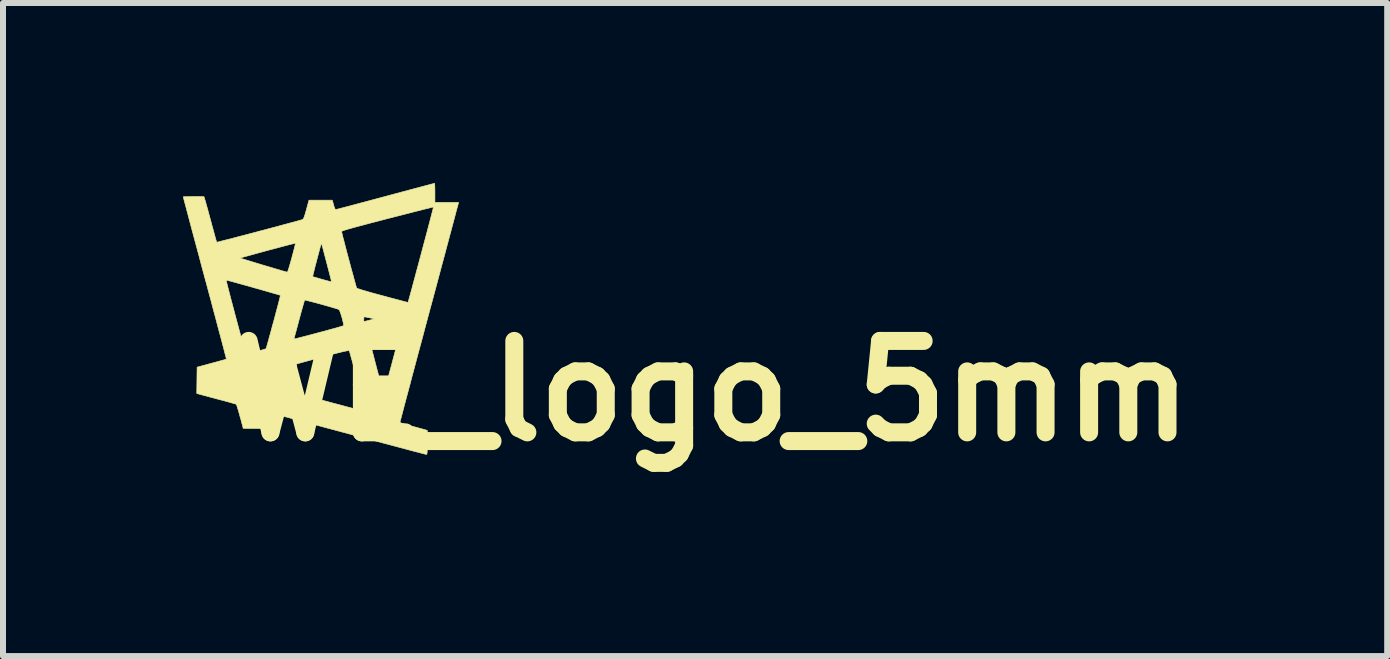
<source format=kicad_pcb>
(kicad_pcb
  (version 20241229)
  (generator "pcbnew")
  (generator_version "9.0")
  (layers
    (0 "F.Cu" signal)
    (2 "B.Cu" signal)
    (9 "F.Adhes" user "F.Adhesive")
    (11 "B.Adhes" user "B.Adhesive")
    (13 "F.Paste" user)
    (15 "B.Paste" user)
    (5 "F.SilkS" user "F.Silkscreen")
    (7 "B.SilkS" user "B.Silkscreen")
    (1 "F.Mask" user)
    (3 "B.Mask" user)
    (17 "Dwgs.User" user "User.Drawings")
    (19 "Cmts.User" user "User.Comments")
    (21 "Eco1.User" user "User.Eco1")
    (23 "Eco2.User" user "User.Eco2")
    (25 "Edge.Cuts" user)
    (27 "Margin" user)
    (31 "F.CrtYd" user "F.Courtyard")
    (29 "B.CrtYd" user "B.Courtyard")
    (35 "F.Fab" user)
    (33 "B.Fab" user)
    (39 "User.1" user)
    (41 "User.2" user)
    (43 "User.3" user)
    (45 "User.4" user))
  (footprint "WE_logo_5mm"
    (layer "F.Cu")
    (at 2.473 2.196)
    (property "Reference" "WE_logo_5mm" (at 6.35 1.27 0) (layer "F.SilkS") (effects (font (size 1.524 1.524) (thickness 0.3))))
    (attr through_hole)
    (fp_poly (pts (xy 1.721 -2.181) (xy 1.723 -2.153) (xy 1.724 -2.112) (xy 1.725 -2.06) (xy 1.725 -2.032) (xy 1.725 -1.873) (xy 2.119 -1.873) (xy 2.112 -1.844) (xy 2.109 -1.831) (xy 2.1 -1.798) (xy 2.086 -1.748) (xy 2.068 -1.679) (xy 2.046 -1.595) (xy 2.019 -1.495) (xy 1.989 -1.382) (xy 1.955 -1.255) (xy 1.918 -1.116) (xy 1.878 -0.966) (xy 1.835 -0.807) (xy 1.79 -0.638) (xy 1.743 -0.462) (xy 1.694 -0.279) (xy 1.643 -0.091) (xy 1.624 -0.019) (xy 1.573 0.171) (xy 1.524 0.356) (xy 1.476 0.534) (xy 1.43 0.705) (xy 1.387 0.867) (xy 1.346 1.02) (xy 1.309 1.162) (xy 1.274 1.292) (xy 1.243 1.409) (xy 1.215 1.513) (xy 1.192 1.602) (xy 1.173 1.675) (xy 1.158 1.731) (xy 1.148 1.769) (xy 1.143 1.789) (xy 1.143 1.791) (xy 1.153 1.799) (xy 1.184 1.811) (xy 1.233 1.827) (xy 1.3 1.846) (xy 1.32 1.851) (xy 1.383 1.867) (xy 1.442 1.883) (xy 1.493 1.897) (xy 1.531 1.907) (xy 1.548 1.912) (xy 1.598 1.927) (xy 1.598 2.128) (xy 1.598 2.198) (xy 1.597 2.249) (xy 1.596 2.285) (xy 1.594 2.308) (xy 1.59 2.321) (xy 1.586 2.326) (xy 1.58 2.327) (xy 1.567 2.324) (xy 1.536 2.316) (xy 1.486 2.303) (xy 1.42 2.286) (xy 1.339 2.265) (xy 1.243 2.239) (xy 1.135 2.21) (xy 1.015 2.178) (xy 0.885 2.144) (xy 0.746 2.106) (xy 0.599 2.067) (xy 0.445 2.026) (xy 0.328 1.994) (xy 0.171 1.952) (xy 0.019 1.911) (xy -0.127 1.872) (xy -0.264 1.835) (xy -0.392 1.801) (xy -0.509 1.769) (xy -0.615 1.741) (xy -0.707 1.716) (xy -0.785 1.695) (xy -0.847 1.678) (xy -0.893 1.666) (xy -0.92 1.659) (xy -0.928 1.657) (xy -0.939 1.656) (xy -0.948 1.662) (xy -0.956 1.68) (xy -0.966 1.712) (xy -0.973 1.738) (xy -0.985 1.784) (xy -0.997 1.825) (xy -1.005 1.855) (xy -1.007 1.86) (xy -1.018 1.894) (xy -1.244 1.894) (xy -1.311 1.894) (xy -1.37 1.894) (xy -1.418 1.893) (xy -1.452 1.893) (xy -1.47 1.892) (xy -1.471 1.892) (xy -1.474 1.877) (xy -1.481 1.847) (xy -1.493 1.805) (xy -1.506 1.754) (xy -1.522 1.7) (xy -1.537 1.644) (xy -1.552 1.592) (xy -1.566 1.548) (xy -1.576 1.514) (xy -1.583 1.495) (xy -1.584 1.493) (xy -1.596 1.488) (xy -1.626 1.479) (xy -1.671 1.466) (xy -1.728 1.45) (xy -1.794 1.432) (xy -1.863 1.414) (xy -1.938 1.394) (xy -2.01 1.375) (xy -2.075 1.357) (xy -2.129 1.343) (xy -2.169 1.332) (xy -2.188 1.327) (xy -2.244 1.311) (xy -2.243 1.232) (xy -0.815 1.232) (xy -0.805 1.24) (xy -0.775 1.251) (xy -0.728 1.267) (xy -0.664 1.286) (xy -0.59 1.306) (xy -0.404 1.356) (xy -0.238 1.401) (xy -0.09 1.44) (xy 0.04 1.475) (xy 0.153 1.505) (xy 0.25 1.531) (xy 0.333 1.553) (xy 0.401 1.572) (xy 0.457 1.586) (xy 0.5 1.597) (xy 0.532 1.606) (xy 0.553 1.611) (xy 0.565 1.614) (xy 0.569 1.614) (xy 0.567 1.604) (xy 0.56 1.575) (xy 0.548 1.53) (xy 0.533 1.47) (xy 0.514 1.397) (xy 0.492 1.314) (xy 0.468 1.223) (xy 0.442 1.125) (xy 0.439 1.115) (xy 0.413 1.016) (xy 0.388 0.923) (xy 0.364 0.837) (xy 0.344 0.762) (xy 0.326 0.699) (xy 0.313 0.65) (xy 0.303 0.617) (xy 0.299 0.603) (xy 0.299 0.602) (xy 0.295 0.599) (xy 0.286 0.598) (xy 0.27 0.599) (xy 0.246 0.603) (xy 0.211 0.611) (xy 0.165 0.621) (xy 0.106 0.636) (xy 0.031 0.655) (xy -0.06 0.679) (xy -0.169 0.708) (xy -0.208 0.719) (xy -0.307 0.745) (xy -0.4 0.77) (xy -0.485 0.793) (xy -0.559 0.814) (xy -0.621 0.831) (xy -0.669 0.845) (xy -0.7 0.854) (xy -0.714 0.858) (xy -0.714 0.859) (xy -0.719 0.87) (xy -0.727 0.899) (xy -0.739 0.939) (xy -0.753 0.989) (xy -0.768 1.042) (xy -0.782 1.096) (xy -0.795 1.146) (xy -0.805 1.188) (xy -0.812 1.218) (xy -0.815 1.232) (xy -2.243 1.232) (xy -2.241 1.092) (xy -2.24 1.001) (xy -1.311 1.001) (xy -1.311 1.012) (xy -1.306 1.039) (xy -1.297 1.074) (xy -1.296 1.079) (xy -1.284 1.119) (xy -1.273 1.143) (xy -1.259 1.156) (xy -1.238 1.163) (xy -1.237 1.163) (xy -1.232 1.154) (xy -1.222 1.129) (xy -1.21 1.092) (xy -1.203 1.067) (xy -1.191 1.025) (xy -1.183 0.991) (xy -1.179 0.97) (xy -1.179 0.966) (xy -1.19 0.967) (xy -1.215 0.972) (xy -1.246 0.98) (xy -1.277 0.989) (xy -1.301 0.996) (xy -1.311 1.001) (xy -2.24 1.001) (xy -2.238 0.873) (xy -1.996 0.807) (xy -1.928 0.789) (xy -1.867 0.772) (xy -1.816 0.758) (xy -1.778 0.747) (xy -1.755 0.74) (xy -1.751 0.738) (xy -1.753 0.728) (xy -1.76 0.698) (xy -1.773 0.65) (xy -1.789 0.586) (xy -1.81 0.506) (xy -1.835 0.411) (xy -1.864 0.303) (xy -1.896 0.184) (xy -1.93 0.053) (xy -1.968 -0.087) (xy -2.007 -0.236) (xy -2.049 -0.391) (xy -2.092 -0.553) (xy -2.099 -0.578) (xy -1.753 -0.578) (xy -1.752 -0.568) (xy -1.745 -0.538) (xy -1.734 -0.492) (xy -1.718 -0.431) (xy -1.699 -0.357) (xy -1.677 -0.272) (xy -1.652 -0.178) (xy -1.625 -0.077) (xy -1.609 -0.014) (xy -1.573 0.119) (xy -1.542 0.234) (xy -1.516 0.331) (xy -1.495 0.411) (xy -1.477 0.478) (xy -1.462 0.531) (xy -1.45 0.572) (xy -1.442 0.603) (xy -1.435 0.625) (xy -1.43 0.64) (xy -1.426 0.65) (xy -1.423 0.654) (xy -1.421 0.656) (xy -1.419 0.656) (xy -1.418 0.656) (xy -1.405 0.654) (xy -1.375 0.646) (xy -1.333 0.635) (xy -1.281 0.622) (xy -1.253 0.614) (xy -1.198 0.599) (xy -1.151 0.585) (xy -1.115 0.574) (xy -1.093 0.566) (xy -1.089 0.564) (xy -1.085 0.553) (xy -1.077 0.524) (xy -1.064 0.479) (xy -1.062 0.471) (xy 0.648 0.471) (xy 0.65 0.481) (xy 0.657 0.509) (xy 0.667 0.553) (xy 0.682 0.609) (xy 0.699 0.674) (xy 0.718 0.748) (xy 0.738 0.825) (xy 0.759 0.905) (xy 0.78 0.985) (xy 0.8 1.061) (xy 0.819 1.131) (xy 0.836 1.193) (xy 0.85 1.244) (xy 0.86 1.281) (xy 0.865 1.296) (xy 0.866 1.303) (xy 0.867 1.308) (xy 0.869 1.311) (xy 0.871 1.31) (xy 0.874 1.304) (xy 0.878 1.291) (xy 0.885 1.268) (xy 0.894 1.236) (xy 0.906 1.191) (xy 0.922 1.133) (xy 0.942 1.06) (xy 0.966 0.97) (xy 0.995 0.862) (xy 1.005 0.826) (xy 1.03 0.73) (xy 1.054 0.64) (xy 1.075 0.559) (xy 1.093 0.488) (xy 1.108 0.43) (xy 1.119 0.386) (xy 1.125 0.359) (xy 1.126 0.35) (xy 1.116 0.352) (xy 1.088 0.358) (xy 1.047 0.367) (xy 0.996 0.38) (xy 0.938 0.394) (xy 0.877 0.409) (xy 0.817 0.424) (xy 0.761 0.439) (xy 0.713 0.451) (xy 0.676 0.462) (xy 0.653 0.468) (xy 0.648 0.471) (xy -1.062 0.471) (xy -1.048 0.423) (xy -1.039 0.388) (xy -0.621 0.388) (xy -0.619 0.401) (xy -0.614 0.402) (xy -0.602 0.4) (xy -0.571 0.392) (xy -0.524 0.38) (xy -0.464 0.364) (xy -0.393 0.346) (xy -0.312 0.324) (xy -0.225 0.301) (xy -0.203 0.295) (xy -0.115 0.272) (xy -0.033 0.249) (xy 0.041 0.229) (xy 0.103 0.212) (xy 0.152 0.197) (xy 0.186 0.187) (xy 0.202 0.182) (xy 0.203 0.181) (xy 0.204 0.168) (xy 0.199 0.14) (xy 0.19 0.101) (xy 0.183 0.073) (xy 0.54 0.073) (xy 0.54 0.114) (xy 0.622 0.093) (xy 0.66 0.083) (xy 0.69 0.075) (xy 0.706 0.069) (xy 0.707 0.069) (xy 0.7 0.065) (xy 0.677 0.059) (xy 0.649 0.053) (xy 0.611 0.046) (xy 0.578 0.039) (xy 0.564 0.036) (xy 0.548 0.035) (xy 0.541 0.045) (xy 0.54 0.069) (xy 0.54 0.073) (xy 0.183 0.073) (xy 0.179 0.057) (xy 0.165 0.011) (xy 0.152 -0.03) (xy 0.139 -0.064) (xy 0.129 -0.084) (xy 0.126 -0.087) (xy 0.111 -0.093) (xy 0.079 -0.104) (xy 0.033 -0.117) (xy -0.022 -0.134) (xy -0.084 -0.151) (xy -0.15 -0.17) (xy -0.216 -0.188) (xy -0.28 -0.205) (xy -0.337 -0.22) (xy -0.386 -0.232) (xy -0.422 -0.241) (xy -0.442 -0.245) (xy -0.446 -0.245) (xy -0.45 -0.233) (xy -0.459 -0.204) (xy -0.472 -0.159) (xy -0.488 -0.102) (xy -0.507 -0.034) (xy -0.527 0.041) (xy -0.535 0.068) (xy -0.555 0.146) (xy -0.574 0.217) (xy -0.591 0.28) (xy -0.605 0.33) (xy -0.615 0.367) (xy -0.621 0.386) (xy -0.621 0.388) (xy -1.039 0.388) (xy -1.03 0.356) (xy -1.009 0.281) (xy -0.988 0.201) (xy -0.965 0.119) (xy -0.943 0.037) (xy -0.922 -0.042) (xy -0.902 -0.117) (xy -0.884 -0.184) (xy -0.87 -0.24) (xy -0.859 -0.284) (xy -0.852 -0.313) (xy -0.85 -0.323) (xy -0.85 -0.323) (xy -0.861 -0.328) (xy -0.89 -0.337) (xy -0.935 -0.35) (xy -0.992 -0.366) (xy -1.059 -0.386) (xy -1.134 -0.407) (xy -1.214 -0.43) (xy -1.297 -0.453) (xy -1.38 -0.477) (xy -1.46 -0.499) (xy -1.536 -0.52) (xy -1.604 -0.539) (xy -1.662 -0.555) (xy -1.708 -0.567) (xy -1.739 -0.575) (xy -1.753 -0.578) (xy -1.753 -0.578) (xy -2.099 -0.578) (xy -2.102 -0.588) (xy -2.115 -0.637) (xy -0.312 -0.637) (xy -0.302 -0.633) (xy -0.275 -0.625) (xy -0.236 -0.614) (xy -0.191 -0.601) (xy -0.142 -0.587) (xy -0.095 -0.574) (xy -0.054 -0.563) (xy -0.023 -0.555) (xy -0.007 -0.551) (xy -0.007 -0.551) (xy -0.001 -0.559) (xy -0.002 -0.569) (xy -0.027 -0.668) (xy -0.052 -0.764) (xy -0.076 -0.856) (xy -0.098 -0.94) (xy -0.118 -1.016) (xy -0.135 -1.081) (xy -0.149 -1.133) (xy -0.16 -1.17) (xy -0.166 -1.189) (xy -0.167 -1.191) (xy -0.171 -1.18) (xy -0.179 -1.152) (xy -0.191 -1.11) (xy -0.205 -1.057) (xy -0.221 -0.997) (xy -0.238 -0.933) (xy -0.255 -0.868) (xy -0.272 -0.805) (xy -0.286 -0.748) (xy -0.298 -0.699) (xy -0.307 -0.662) (xy -0.312 -0.641) (xy -0.312 -0.637) (xy -2.115 -0.637) (xy -2.146 -0.751) (xy -2.188 -0.909) (xy -2.197 -0.945) (xy -1.52 -0.945) (xy -1.509 -0.941) (xy -1.481 -0.932) (xy -1.438 -0.919) (xy -1.382 -0.902) (xy -1.317 -0.882) (xy -1.245 -0.86) (xy -1.169 -0.837) (xy -1.092 -0.814) (xy -1.016 -0.792) (xy -0.944 -0.77) (xy -0.878 -0.751) (xy -0.822 -0.734) (xy -0.777 -0.722) (xy -0.747 -0.713) (xy -0.735 -0.71) (xy -0.73 -0.72) (xy -0.719 -0.747) (xy -0.706 -0.789) (xy -0.69 -0.843) (xy -0.672 -0.906) (xy -0.66 -0.95) (xy -0.642 -1.018) (xy -0.626 -1.078) (xy -0.613 -1.129) (xy -0.604 -1.167) (xy -0.599 -1.189) (xy -0.598 -1.193) (xy -0.608 -1.191) (xy -0.637 -1.184) (xy -0.682 -1.173) (xy -0.741 -1.158) (xy -0.813 -1.139) (xy -0.895 -1.117) (xy -0.985 -1.093) (xy -1.062 -1.073) (xy -1.157 -1.047) (xy -1.245 -1.023) (xy -1.324 -1.001) (xy -1.393 -0.982) (xy -1.449 -0.967) (xy -1.49 -0.955) (xy -1.514 -0.947) (xy -1.52 -0.945) (xy -2.197 -0.945) (xy -2.228 -1.06) (xy -2.267 -1.204) (xy -2.303 -1.338) (xy -2.336 -1.462) (xy -2.366 -1.575) (xy -2.392 -1.674) (xy -2.415 -1.76) (xy -2.434 -1.831) (xy -2.448 -1.884) (xy -2.458 -1.921) (xy -2.462 -1.938) (xy -2.462 -1.939) (xy -2.468 -1.967) (xy -2.3 -1.971) (xy -2.243 -1.971) (xy -2.193 -1.971) (xy -2.154 -1.97) (xy -2.13 -1.969) (xy -2.124 -1.968) (xy -2.12 -1.957) (xy -2.111 -1.927) (xy -2.097 -1.882) (xy -2.081 -1.823) (xy -2.061 -1.753) (xy -2.04 -1.674) (xy -2.017 -1.589) (xy -2.016 -1.588) (xy -1.994 -1.503) (xy -1.972 -1.424) (xy -1.953 -1.354) (xy -1.937 -1.295) (xy -1.924 -1.25) (xy -1.915 -1.221) (xy -1.911 -1.209) (xy -1.911 -1.209) (xy -1.901 -1.211) (xy -1.872 -1.218) (xy -1.826 -1.23) (xy -1.766 -1.245) (xy -1.694 -1.263) (xy -1.611 -1.285) (xy -1.52 -1.309) (xy -1.423 -1.334) (xy -1.321 -1.361) (xy -1.218 -1.388) (xy 0.169 -1.388) (xy 0.172 -1.375) (xy 0.18 -1.343) (xy 0.191 -1.296) (xy 0.207 -1.237) (xy 0.225 -1.167) (xy 0.245 -1.089) (xy 0.267 -1.006) (xy 0.29 -0.921) (xy 0.313 -0.835) (xy 0.335 -0.752) (xy 0.357 -0.674) (xy 0.376 -0.603) (xy 0.393 -0.542) (xy 0.406 -0.494) (xy 0.416 -0.461) (xy 0.421 -0.446) (xy 0.421 -0.446) (xy 0.433 -0.439) (xy 0.464 -0.429) (xy 0.512 -0.413) (xy 0.575 -0.395) (xy 0.652 -0.372) (xy 0.741 -0.348) (xy 0.841 -0.321) (xy 0.852 -0.318) (xy 0.943 -0.293) (xy 1.027 -0.271) (xy 1.103 -0.251) (xy 1.168 -0.234) (xy 1.219 -0.22) (xy 1.256 -0.211) (xy 1.275 -0.206) (xy 1.277 -0.206) (xy 1.28 -0.216) (xy 1.288 -0.245) (xy 1.301 -0.291) (xy 1.318 -0.353) (xy 1.339 -0.43) (xy 1.363 -0.519) (xy 1.39 -0.619) (xy 1.419 -0.729) (xy 1.451 -0.846) (xy 1.484 -0.97) (xy 1.492 -0.999) (xy 1.525 -1.125) (xy 1.557 -1.244) (xy 1.587 -1.356) (xy 1.614 -1.459) (xy 1.638 -1.55) (xy 1.659 -1.63) (xy 1.676 -1.696) (xy 1.689 -1.746) (xy 1.697 -1.78) (xy 1.7 -1.795) (xy 1.7 -1.796) (xy 1.69 -1.794) (xy 1.66 -1.787) (xy 1.614 -1.775) (xy 1.551 -1.76) (xy 1.475 -1.74) (xy 1.386 -1.718) (xy 1.286 -1.692) (xy 1.176 -1.664) (xy 1.059 -1.634) (xy 0.936 -1.603) (xy 0.933 -1.602) (xy 0.781 -1.562) (xy 0.648 -1.528) (xy 0.534 -1.497) (xy 0.438 -1.472) (xy 0.358 -1.45) (xy 0.294 -1.432) (xy 0.244 -1.417) (xy 0.208 -1.406) (xy 0.184 -1.397) (xy 0.172 -1.391) (xy 0.169 -1.388) (xy -1.218 -1.388) (xy -1.216 -1.389) (xy -1.112 -1.416) (xy -1.008 -1.444) (xy -0.909 -1.47) (xy -0.815 -1.496) (xy -0.729 -1.519) (xy -0.652 -1.54) (xy -0.587 -1.557) (xy -0.536 -1.572) (xy -0.5 -1.582) (xy -0.482 -1.587) (xy -0.482 -1.587) (xy -0.472 -1.595) (xy -0.462 -1.611) (xy -0.451 -1.639) (xy -0.437 -1.682) (xy -0.42 -1.742) (xy -0.417 -1.753) (xy -0.374 -1.91) (xy 0.015 -1.91) (xy 0.037 -1.831) (xy 0.049 -1.79) (xy 0.059 -1.767) (xy 0.068 -1.756) (xy 0.08 -1.755) (xy 0.08 -1.755) (xy 0.094 -1.759) (xy 0.127 -1.767) (xy 0.175 -1.78) (xy 0.237 -1.796) (xy 0.31 -1.815) (xy 0.392 -1.837) (xy 0.481 -1.861) (xy 0.508 -1.868) (xy 0.71 -1.922) (xy 0.893 -1.971) (xy 1.056 -2.015) (xy 1.199 -2.053) (xy 1.325 -2.087) (xy 1.432 -2.115) (xy 1.521 -2.139) (xy 1.593 -2.158) (xy 1.649 -2.173) (xy 1.688 -2.183) (xy 1.711 -2.189) (xy 1.719 -2.191) (xy 1.721 -2.181)) (stroke (width 0.01) (type solid)) (fill yes) (layer "F.SilkS")))
  (gr_rect
    (start -3 -3)
    (end 20.068 7.884)
    (stroke (width 0.1) (type default))
    (fill no)
    (layer "Edge.Cuts")))
</source>
